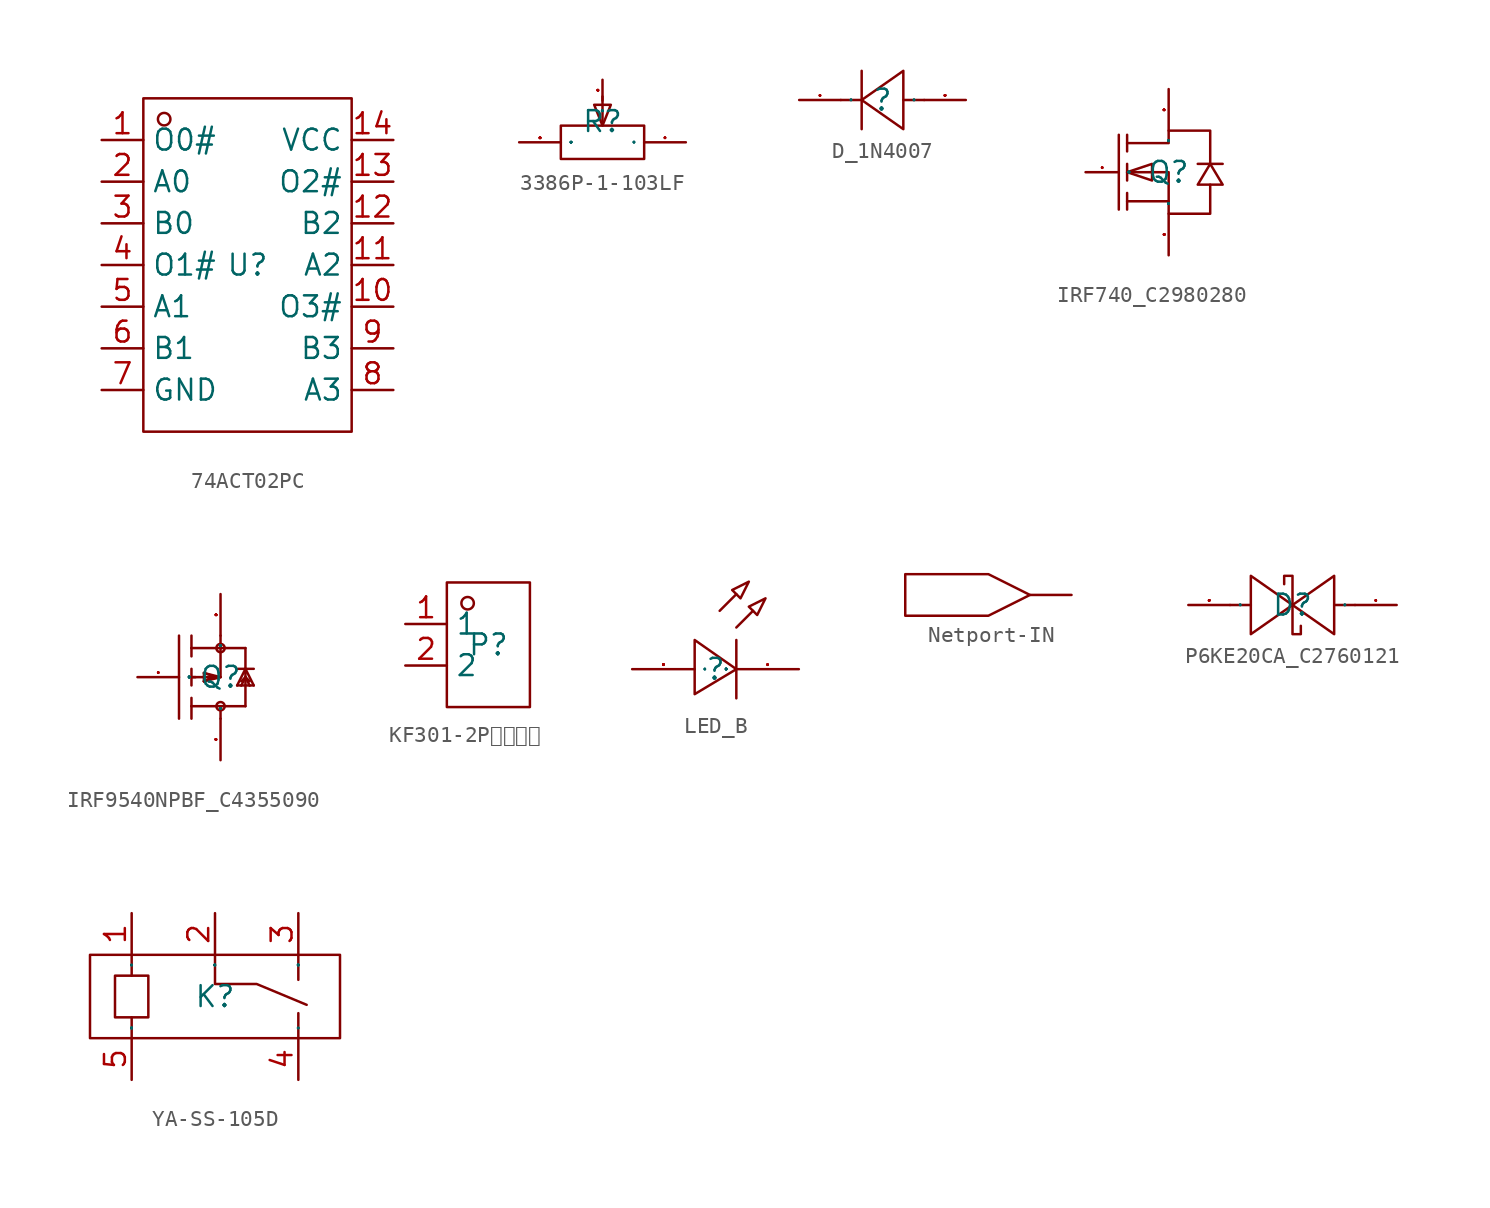
<source format=kicad_sym>
(kicad_symbol_lib
  (version 20241209)
  (generator "kicad_symbol_editor")
  (generator_version "9.0")
  (symbol "74ACT02PC"
    (property "Reference" "U"
      (at 0 0 0)
      (effects (font (size 1.27 1.27))))
    (property "Value" ""
      (at 0 0 0)
      (effects (font (size 1.27 1.27))))
    (symbol "74ACT02PC_1_0"
      (rectangle (start -6.35 -10.16) (end 6.35 10.16) (stroke (width 0) (type default)) (fill (type none)))
      (circle (center -5.08 8.89) (radius 0.381) (stroke (width 0) (type default)) (fill (type none)))
      (pin input line (at -8.89 7.62 0) (length 2.54) (name "O0#" (effects (font (size 1.27 1.27)))) (number "1" (effects (font (size 1.27 1.27)))))
      (pin input line (at -8.89 5.08 0) (length 2.54) (name "A0" (effects (font (size 1.27 1.27)))) (number "2" (effects (font (size 1.27 1.27)))))
      (pin input line (at -8.89 2.54 0) (length 2.54) (name "B0" (effects (font (size 1.27 1.27)))) (number "3" (effects (font (size 1.27 1.27)))))
      (pin input line (at -8.89 0 0) (length 2.54) (name "O1#" (effects (font (size 1.27 1.27)))) (number "4" (effects (font (size 1.27 1.27)))))
      (pin input line (at -8.89 -2.54 0) (length 2.54) (name "A1" (effects (font (size 1.27 1.27)))) (number "5" (effects (font (size 1.27 1.27)))))
      (pin input line (at -8.89 -5.08 0) (length 2.54) (name "B1" (effects (font (size 1.27 1.27)))) (number "6" (effects (font (size 1.27 1.27)))))
      (pin input line (at -8.89 -7.62 0) (length 2.54) (name "GND" (effects (font (size 1.27 1.27)))) (number "7" (effects (font (size 1.27 1.27)))))
      (pin input line (at 8.89 7.62 180) (length 2.54) (name "VCC" (effects (font (size 1.27 1.27)))) (number "14" (effects (font (size 1.27 1.27)))))
      (pin input line (at 8.89 5.08 180) (length 2.54) (name "O2#" (effects (font (size 1.27 1.27)))) (number "13" (effects (font (size 1.27 1.27)))))
      (pin input line (at 8.89 2.54 180) (length 2.54) (name "B2" (effects (font (size 1.27 1.27)))) (number "12" (effects (font (size 1.27 1.27)))))
      (pin input line (at 8.89 0 180) (length 2.54) (name "A2" (effects (font (size 1.27 1.27)))) (number "11" (effects (font (size 1.27 1.27)))))
      (pin input line (at 8.89 -2.54 180) (length 2.54) (name "O3#" (effects (font (size 1.27 1.27)))) (number "10" (effects (font (size 1.27 1.27)))))
      (pin input line (at 8.89 -5.08 180) (length 2.54) (name "B3" (effects (font (size 1.27 1.27)))) (number "9" (effects (font (size 1.27 1.27)))))
      (pin input line (at 8.89 -7.62 180) (length 2.54) (name "A3" (effects (font (size 1.27 1.27)))) (number "8" (effects (font (size 1.27 1.27)))))))
  (symbol "3386P-1-103LF"
    (property "Reference" "R"
      (at 0 0 0)
      (effects (font (size 1.27 1.27))))
    (symbol "3386P-1-103LF_1_0"
      (rectangle (start -2.54 -2.286) (end 2.54 -0.254) (stroke (width 0) (type default)) (fill (type none)))
      (polyline (pts (xy 0 0) (xy 0 1.524)) (stroke (width 0) (type default)) (fill (type none)))
      (polyline (pts (xy 0 -0.254) (xy -0.508 1.016) (xy -0.508 1.016) (xy 0.508 1.016) (xy 0.508 1.016) (xy 0 -0.254)) (stroke (width 0) (type default)) (fill (type none)))
      (pin input line (at -5.08 -1.27 0) (length 2.54) (name "3" (effects (font (size 0.025 0.025)))) (number "3" (effects (font (size 0.025 0.025)))))
      (pin input line (at 0 2.54 270) (length 1.27) (name "2" (effects (font (size 0.025 0.025)))) (number "2" (effects (font (size 0.025 0.025)))))
      (pin input line (at 5.08 -1.27 180) (length 2.54) (name "1" (effects (font (size 0.025 0.025)))) (number "1" (effects (font (size 0.025 0.025)))))))
  (symbol "D_1N4007"
    (property "Reference" ""
      (at 0 0 0)
      (effects (font (size 1.27 1.27))))
    (property "Value" ""
      (at 0 0 0)
      (effects (font (size 1.27 1.27))))
    (symbol "D_1N4007_1_0"
      (polyline (pts (xy -1.27 1.778) (xy -1.27 -1.778)) (stroke (width 0) (type default)) (fill (type none)))
      (polyline (pts (xy -1.27 0) (xy -2.54 0)) (stroke (width 0) (type default)) (fill (type none)))
      (polyline (pts (xy 1.27 1.778) (xy -1.27 0) (xy 1.27 -1.778) (xy 1.27 1.778)) (stroke (width 0) (type default)) (fill (type none)))
      (polyline (pts (xy 2.54 0) (xy 1.27 0)) (stroke (width 0) (type default)) (fill (type none)))
      (pin input line (at -5.08 0 0) (length 2.54) (name "K" (effects (font (size 0.025 0.025)))) (number "1" (effects (font (size 0.025 0.025)))))
      (pin input line (at 5.08 0 180) (length 2.54) (name "A" (effects (font (size 0.025 0.025)))) (number "2" (effects (font (size 0.025 0.025)))))))
  (symbol "IRF740_C2980280"
    (property "Reference" "Q"
      (at 0 0 0)
      (effects (font (size 1.27 1.27))))
    (property "Value" ""
      (at 0 0 0)
      (effects (font (size 1.27 1.27))))
    (symbol "IRF740_C2980280_1_0"
      (polyline (pts (xy -3.048 2.286) (xy -3.048 -2.286)) (stroke (width 0) (type default)) (fill (type none)))
      (polyline (pts (xy -2.54 2.286) (xy -2.54 1.27)) (stroke (width 0) (type default)) (fill (type none)))
      (polyline (pts (xy -2.54 1.778) (xy 0 1.778) (xy 0 1.778) (xy 0 2.54) (xy 0 2.54) (xy 2.54 2.54) (xy 2.54 2.54) (xy 2.54 0.508)) (stroke (width 0) (type default)) (fill (type none)))
      (polyline (pts (xy -2.54 0) (xy -1.016 -0.508) (xy -1.016 -0.508) (xy -1.016 0.508) (xy -1.016 0.508) (xy -2.54 0)) (stroke (width 0) (type default)) (fill (type none)))
      (polyline (pts (xy -2.54 0) (xy 0 0) (xy 0 0) (xy 0 -2.54) (xy 0 -2.54) (xy 2.54 -2.54) (xy 2.54 -2.54) (xy 2.54 -0.762)) (stroke (width 0) (type default)) (fill (type none)))
      (polyline (pts (xy -2.54 -0.508) (xy -2.54 0.508)) (stroke (width 0) (type default)) (fill (type none)))
      (polyline (pts (xy -2.54 -2.286) (xy -2.54 -1.27)) (stroke (width 0) (type default)) (fill (type none)))
      (polyline (pts (xy 0 -1.778) (xy -2.54 -1.778)) (stroke (width 0) (type default)) (fill (type none)))
      (polyline (pts (xy 2.54 0.508) (xy 1.778 -0.762) (xy 1.778 -0.762) (xy 3.302 -0.762) (xy 3.302 -0.762) (xy 2.54 0.508)) (stroke (width 0) (type default)) (fill (type none)))
      (polyline (pts (xy 3.302 0.508) (xy 3.048 0.508) (xy 3.048 0.508) (xy 2.032 0.508) (xy 2.032 0.508) (xy 1.778 0.508)) (stroke (width 0) (type default)) (fill (type none)))
      (pin input line (at -5.08 0 0) (length 2.032) (name "G" (effects (font (size 0.025 0.025)))) (number "1" (effects (font (size 0.025 0.025)))))
      (pin input line (at 0 5.08 270) (length 2.54) (name "D" (effects (font (size 0.025 0.025)))) (number "2" (effects (font (size 0.025 0.025)))))
      (pin input line (at 0 -5.08 90) (length 2.54) (name "S" (effects (font (size 0.025 0.025)))) (number "3" (effects (font (size 0.025 0.025)))))))
  (symbol "IRF9540NPBF_C4355090"
    (property "Reference" "Q"
      (at 0 0 0)
      (effects (font (size 1.27 1.27))))
    (property "Value" ""
      (at 0 0 0)
      (effects (font (size 1.27 1.27))))
    (symbol "IRF9540NPBF_C4355090_1_0"
      (polyline (pts (xy -2.54 -2.54) (xy -2.54 2.54)) (stroke (width 0) (type default)) (fill (type none)))
      (polyline (pts (xy -1.778 2.54) (xy -1.778 1.778)) (stroke (width 0) (type default)) (fill (type none)))
      (polyline (pts (xy -1.778 1.778) (xy -1.778 1.27)) (stroke (width 0) (type default)) (fill (type none)))
      (polyline (pts (xy -1.778 1.778) (xy 0 1.778)) (stroke (width 0) (type default)) (fill (type none)))
      (polyline (pts (xy -1.778 0) (xy -1.778 0.508)) (stroke (width 0) (type default)) (fill (type none)))
      (polyline (pts (xy -1.778 -0.508) (xy -1.778 0)) (stroke (width 0) (type default)) (fill (type none)))
      (polyline (pts (xy -1.778 -1.778) (xy -1.778 -1.27)) (stroke (width 0) (type default)) (fill (type none)))
      (polyline (pts (xy -1.778 -1.778) (xy 1.524 -1.778) (xy 1.524 -1.778) (xy 1.524 -1.778)) (stroke (width 0) (type default)) (fill (type none)))
      (polyline (pts (xy -1.778 -2.54) (xy -1.778 -1.778)) (stroke (width 0) (type default)) (fill (type none)))
      (polyline (pts (xy -1.524 0) (xy -1.778 0)) (stroke (width 0) (type default)) (fill (type none)))
      (polyline (pts (xy -1.016 0.254) (xy -0.254 0)) (stroke (width 0) (type default)) (fill (type none)))
      (polyline (pts (xy -1.016 -0.254) (xy -1.016 0.254)) (stroke (width 0) (type default)) (fill (type none)))
      (polyline (pts (xy -1.016 -0.254) (xy -0.508 0)) (stroke (width 0) (type default)) (fill (type none)))
      (polyline (pts (xy -0.254 0) (xy -1.778 0)) (stroke (width 0) (type default)) (fill (type none)))
      (polyline (pts (xy -0.254 0) (xy -1.016 -0.254)) (stroke (width 0) (type default)) (fill (type none)))
      (circle (center 0 1.778) (radius 0.254) (stroke (width 0) (type default)) (fill (type none)))
      (polyline (pts (xy 0 1.778) (xy 0 2.54)) (stroke (width 0) (type default)) (fill (type none)))
      (polyline (pts (xy 0 0) (xy -1.016 0.254)) (stroke (width 0) (type default)) (fill (type none)))
      (polyline (pts (xy 0 0) (xy -1.016 -0.254)) (stroke (width 0) (type default)) (fill (type none)))
      (polyline (pts (xy 0 0) (xy 0 1.778)) (stroke (width 0) (type default)) (fill (type none)))
      (circle (center 0 -1.778) (radius 0.254) (stroke (width 0) (type default)) (fill (type none)))
      (polyline (pts (xy 0 -2.54) (xy 0 -1.778)) (stroke (width 0) (type default)) (fill (type none)))
      (polyline (pts (xy 1.016 0.508) (xy 1.524 0.508)) (stroke (width 0) (type default)) (fill (type none)))
      (polyline (pts (xy 1.016 -0.508) (xy 1.27 -0.508)) (stroke (width 0) (type default)) (fill (type none)))
      (polyline (pts (xy 1.27 -0.254) (xy 1.524 0)) (stroke (width 0) (type default)) (fill (type none)))
      (polyline (pts (xy 1.27 -0.508) (xy 1.524 0)) (stroke (width 0) (type default)) (fill (type none)))
      (polyline (pts (xy 1.27 -0.508) (xy 1.778 -0.508)) (stroke (width 0) (type default)) (fill (type none)))
      (polyline (pts (xy 1.524 1.778) (xy 0 1.778)) (stroke (width 0) (type default)) (fill (type none)))
      (polyline (pts (xy 1.524 0.508) (xy 1.016 -0.508)) (stroke (width 0) (type default)) (fill (type none)))
      (polyline (pts (xy 1.524 0.508) (xy 2.032 0.508)) (stroke (width 0) (type default)) (fill (type none)))
      (polyline (pts (xy 1.524 0.254) (xy 1.524 1.778)) (stroke (width 0) (type default)) (fill (type none)))
      (polyline (pts (xy 1.524 0) (xy 1.524 0.508)) (stroke (width 0) (type default)) (fill (type none)))
      (polyline (pts (xy 1.524 0) (xy 1.778 -0.254)) (stroke (width 0) (type default)) (fill (type none)))
      (polyline (pts (xy 1.524 0) (xy 1.778 -0.508)) (stroke (width 0) (type default)) (fill (type none)))
      (polyline (pts (xy 1.524 -1.778) (xy 1.524 0)) (stroke (width 0) (type default)) (fill (type none)))
      (polyline (pts (xy 1.778 -0.508) (xy 2.032 -0.508)) (stroke (width 0) (type default)) (fill (type none)))
      (polyline (pts (xy 2.032 -0.508) (xy 1.524 0.508)) (stroke (width 0) (type default)) (fill (type none)))
      (pin input line (at -5.08 0 0) (length 2.54) (name "G" (effects (font (size 0.025 0.025)))) (number "1" (effects (font (size 0.025 0.025)))))
      (pin input line (at 0 5.08 270) (length 2.54) (name "S" (effects (font (size 0.025 0.025)))) (number "3" (effects (font (size 0.025 0.025)))))
      (pin input line (at 0 -5.08 90) (length 2.54) (name "D" (effects (font (size 0.025 0.025)))) (number "2" (effects (font (size 0.025 0.025)))))))
  (symbol "KF301-2P接线端子"
    (property "Reference" "P"
      (at 0 0 0)
      (effects (font (size 1.27 1.27))))
    (property "Value" ""
      (at 0 0 0)
      (effects (font (size 1.27 1.27))))
    (symbol "KF301-2P接线端子_1_0"
      (rectangle (start -2.54 -3.81) (end 2.54 3.81) (stroke (width 0) (type default)) (fill (type none)))
      (circle (center -1.27 2.54) (radius 0.381) (stroke (width 0) (type default)) (fill (type none)))
      (pin input line (at -5.08 1.27 0) (length 2.54) (name "1" (effects (font (size 1.27 1.27)))) (number "1" (effects (font (size 1.27 1.27)))))
      (pin input line (at -5.08 -1.27 0) (length 2.54) (name "2" (effects (font (size 1.27 1.27)))) (number "2" (effects (font (size 1.27 1.27)))))))
  (symbol "LED_B"
    (property "Reference" ""
      (at 0 0 0)
      (effects (font (size 1.27 1.27))))
    (property "Value" ""
      (at 0 0 0)
      (effects (font (size 1.27 1.27))))
    (symbol "LED_B_1_0"
      (polyline (pts (xy -1.27 -1.524) (xy 1.27 0) (xy -1.27 1.778) (xy -1.27 -1.524)) (stroke (width 0) (type default)) (fill (type none)))
      (polyline (pts (xy 0.254 3.556) (xy 1.27 4.572)) (stroke (width 0) (type default)) (fill (type none)))
      (polyline (pts (xy 1.27 2.54) (xy 2.286 3.556)) (stroke (width 0) (type default)) (fill (type none)))
      (polyline (pts (xy 1.27 -1.778) (xy 1.27 1.778)) (stroke (width 0) (type default)) (fill (type none)))
      (polyline (pts (xy 2.032 5.334) (xy 1.016 4.826) (xy 1.524 4.318) (xy 2.032 5.334)) (stroke (width 0) (type default)) (fill (type none)))
      (polyline (pts (xy 3.048 4.318) (xy 2.032 3.81) (xy 2.54 3.302) (xy 3.048 4.318)) (stroke (width 0) (type default)) (fill (type none)))
      (pin input line (at -5.08 0 0) (length 3.81) (name "A" (effects (font (size 0.025 0.025)))) (number "2" (effects (font (size 0.025 0.025)))))
      (pin input line (at 5.08 0 180) (length 3.81) (name "C" (effects (font (size 0.025 0.025)))) (number "1" (effects (font (size 0.025 0.025)))))))
  (symbol "Netport-IN"
    (power)
    (pin_numbers
      (hide yes))
    (pin_names
      (hide yes))
    (property "Reference" "#PWR"
      (at 0 0 0)
      (effects (font (size 1.27 1.27)) (hide yes)))
    (property "Value" ""
      (at 0 0 0)
      (effects (font (size 1.27 1.27))))
    (symbol "Netport-IN_1_0"
      (polyline (pts (xy -2.54 0) (xy -5.08 1.27) (xy -10.16 1.27) (xy -10.16 -1.27) (xy -5.08 -1.27) (xy -2.54 0)) (stroke (width 0) (type default)) (fill (type none)))
      (pin input line (at 0 0 180) (length 2.54) (name "IN" (effects (font (size 0.025 0.025)))) (number "1" (effects (font (size 0.025 0.025)))))))
  (symbol "P6KE20CA_C2760121"
    (property "Reference" "D"
      (at 0 0 0)
      (effects (font (size 1.27 1.27))))
    (property "Value" ""
      (at 0 0 0)
      (effects (font (size 1.27 1.27))))
    (symbol "P6KE20CA_C2760121_1_0"
      (polyline (pts (xy -2.54 0) (xy -3.81 0)) (stroke (width 0) (type default)) (fill (type none)))
      (polyline (pts (xy -2.54 -1.778) (xy 0 0) (xy 0 0) (xy -2.54 1.778) (xy -2.54 1.778) (xy -2.54 -1.778)) (stroke (width 0) (type default)) (fill (type none)))
      (polyline (pts (xy -0.508 1.27) (xy -0.508 1.778) (xy -0.508 1.778) (xy 0 1.778) (xy 0 1.778) (xy 0 -1.778) (xy 0 -1.778) (xy 0.508 -1.778) (xy 0.508 -1.778) (xy 0.508 -1.27)) (stroke (width 0) (type default)) (fill (type none)))
      (polyline (pts (xy 2.54 1.778) (xy 0 0) (xy 0 0) (xy 2.54 -1.778) (xy 2.54 -1.778) (xy 2.54 1.778)) (stroke (width 0) (type default)) (fill (type none)))
      (polyline (pts (xy 3.81 0) (xy 2.54 0)) (stroke (width 0) (type default)) (fill (type none)))
      (pin input line (at -6.35 0 0) (length 2.54) (name "K" (effects (font (size 0.025 0.025)))) (number "2" (effects (font (size 0.025 0.025)))))
      (pin input line (at 6.35 0 180) (length 2.54) (name "A" (effects (font (size 0.025 0.025)))) (number "1" (effects (font (size 0.025 0.025)))))))
  (symbol "YA-SS-105D"
    (property "Reference" "K"
      (at 0 0 0)
      (effects (font (size 1.27 1.27))))
    (property "Value" ""
      (at 0 0 0)
      (effects (font (size 1.27 1.27))))
    (symbol "YA-SS-105D_1_0"
      (rectangle (start -7.62 -2.54) (end 7.62 2.54) (stroke (width 0) (type default)) (fill (type none)))
      (rectangle (start -6.096 -1.27) (end -4.064 1.27) (stroke (width 0) (type default)) (fill (type none)))
      (polyline (pts (xy -5.08 1.27) (xy -5.08 2.54)) (stroke (width 0) (type default)) (fill (type none)))
      (polyline (pts (xy -5.08 -1.27) (xy -5.08 -2.54)) (stroke (width 0) (type default)) (fill (type none)))
      (polyline (pts (xy 0 2.54) (xy 0 0.762) (xy 0 0.762) (xy 2.54 0.762) (xy 2.54 0.762) (xy 5.588 -0.508)) (stroke (width 0) (type default)) (fill (type none)))
      (polyline (pts (xy 5.08 2.54) (xy 5.08 1.016)) (stroke (width 0) (type default)) (fill (type none)))
      (polyline (pts (xy 5.08 -2.54) (xy 5.08 -1.016)) (stroke (width 0) (type default)) (fill (type none)))
      (pin input line (at -5.08 5.08 270) (length 2.54) (name "1" (effects (font (size 0.025 0.025)))) (number "1" (effects (font (size 1.27 1.27)))))
      (pin input line (at -5.08 -5.08 90) (length 2.54) (name "5" (effects (font (size 0.025 0.025)))) (number "5" (effects (font (size 1.27 1.27)))))
      (pin input line (at 0 5.08 270) (length 2.54) (name "2" (effects (font (size 0.025 0.025)))) (number "2" (effects (font (size 1.27 1.27)))))
      (pin input line (at 5.08 5.08 270) (length 2.54) (name "3" (effects (font (size 0.025 0.025)))) (number "3" (effects (font (size 1.27 1.27)))))
      (pin input line (at 5.08 -5.08 90) (length 2.54) (name "4" (effects (font (size 0.025 0.025)))) (number "4" (effects (font (size 1.27 1.27))))))))
</source>
